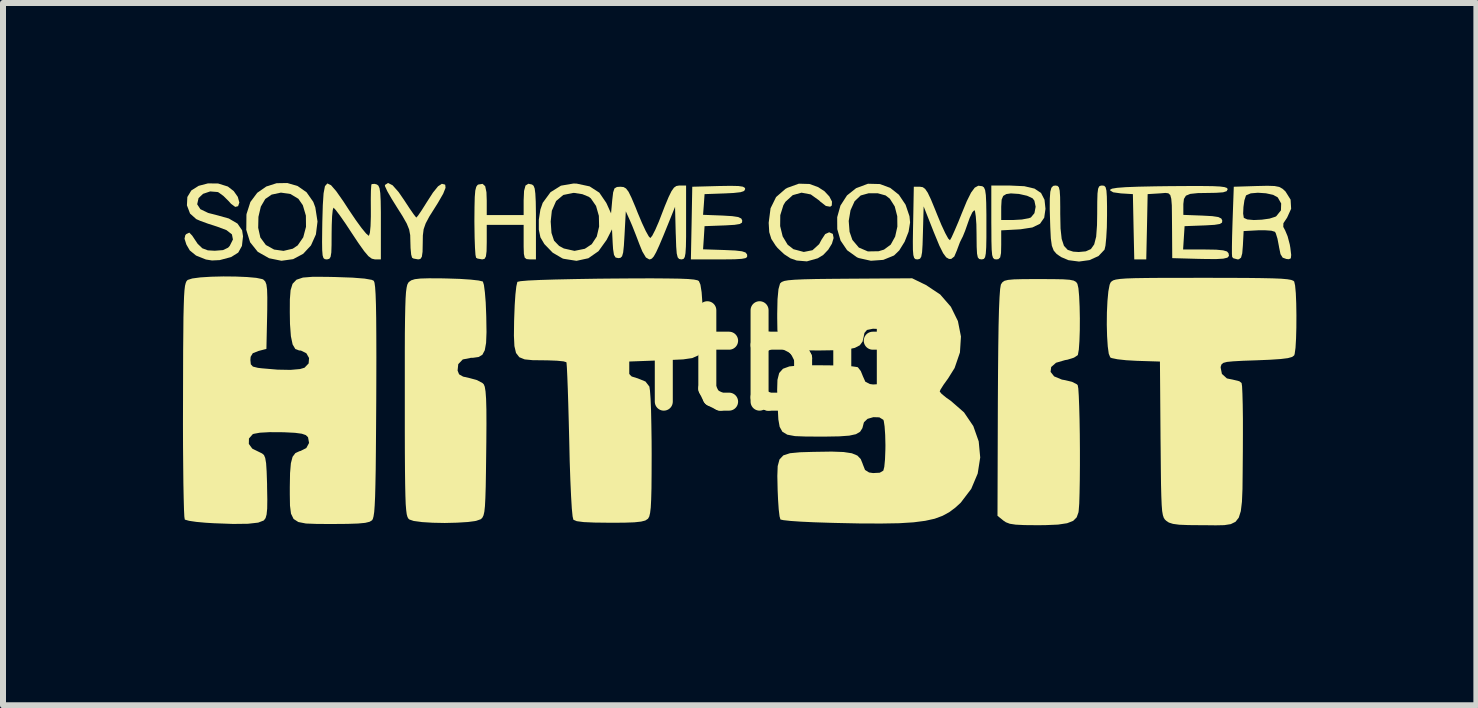
<source format=kicad_pcb>
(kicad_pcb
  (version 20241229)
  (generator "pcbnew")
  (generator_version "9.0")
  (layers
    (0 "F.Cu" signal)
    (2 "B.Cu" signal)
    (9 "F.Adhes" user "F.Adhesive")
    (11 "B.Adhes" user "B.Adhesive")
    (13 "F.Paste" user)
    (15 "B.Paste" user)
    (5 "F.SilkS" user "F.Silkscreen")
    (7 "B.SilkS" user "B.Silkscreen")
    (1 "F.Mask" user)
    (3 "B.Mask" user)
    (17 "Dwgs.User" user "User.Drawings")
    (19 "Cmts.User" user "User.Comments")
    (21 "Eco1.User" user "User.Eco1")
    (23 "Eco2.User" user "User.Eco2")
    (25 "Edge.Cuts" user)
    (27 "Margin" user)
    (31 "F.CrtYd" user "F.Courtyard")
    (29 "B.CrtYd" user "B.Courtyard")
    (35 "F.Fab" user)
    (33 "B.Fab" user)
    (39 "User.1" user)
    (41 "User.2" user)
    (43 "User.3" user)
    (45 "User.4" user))
  (footprint "hitbit"
    (layer "F.Cu")
    (at 9.249 2.956)
    (property "Reference" "hitbit" (at 0 0 0) (layer "F.SilkS") (effects (font (size 1.524 1.524) (thickness 0.3))))
    (attr board_only exclude_from_pos_files exclude_from_bom)
    (fp_poly (pts (xy 0.011 -2.905) (xy 0.085 -2.894) (xy 0.118 -2.874) (xy 0.123 -2.855) (xy 0.106 -2.823) (xy 0.045 -2.802) (xy -0.072 -2.789) (xy -0.215 -2.782) (xy -0.554 -2.77) (xy -0.566 -2.597) (xy -0.579 -2.425) (xy -0.259 -2.413) (xy -0.093 -2.403) (xy 0.007 -2.388) (xy 0.058 -2.363) (xy 0.074 -2.33) (xy 0.07 -2.295) (xy 0.033 -2.272) (xy -0.054 -2.258) (xy -0.206 -2.249) (xy -0.233 -2.248) (xy -0.554 -2.236) (xy -0.566 -2.043) (xy -0.579 -1.85) (xy -0.218 -1.838) (xy -0.041 -1.83) (xy 0.069 -1.817) (xy 0.129 -1.797) (xy 0.154 -1.765) (xy 0.156 -1.754) (xy 0.155 -1.723) (xy 0.129 -1.703) (xy 0.065 -1.691) (xy -0.051 -1.684) (xy -0.231 -1.682) (xy -0.306 -1.682) (xy -0.782 -1.682) (xy -0.77 -2.288) (xy -0.759 -2.893) (xy -0.318 -2.905) (xy -0.119 -2.908)) (stroke (width 0) (type solid)) (fill yes) (layer "F.SilkS"))
    (fp_poly (pts (xy -7.338 -2.905) (xy -7.189 -2.801) (xy -7.077 -2.641) (xy -7.043 -2.55) (xy -7.006 -2.313) (xy -7.033 -2.098) (xy -7.115 -1.915) (xy -7.245 -1.775) (xy -7.412 -1.686) (xy -7.607 -1.659) (xy -7.813 -1.701) (xy -8.002 -1.808) (xy -8.13 -1.968) (xy -8.194 -2.175) (xy -8.193 -2.208) (xy -7.995 -2.208) (xy -7.959 -2.047) (xy -7.867 -1.922) (xy -7.73 -1.846) (xy -7.573 -1.824) (xy -7.419 -1.86) (xy -7.337 -1.915) (xy -7.244 -2.05) (xy -7.198 -2.225) (xy -7.2 -2.412) (xy -7.251 -2.585) (xy -7.325 -2.692) (xy -7.457 -2.772) (xy -7.616 -2.795) (xy -7.771 -2.762) (xy -7.877 -2.689) (xy -7.951 -2.562) (xy -7.991 -2.391) (xy -7.995 -2.208) (xy -8.193 -2.208) (xy -8.191 -2.424) (xy -8.189 -2.439) (xy -8.125 -2.639) (xy -8.011 -2.792) (xy -7.86 -2.897) (xy -7.688 -2.952) (xy -7.509 -2.955)) (stroke (width 0) (type solid)) (fill yes) (layer "F.SilkS"))
    (fp_poly (pts (xy -5.754 -2.917) (xy -5.654 -2.804) (xy -5.56 -2.667) (xy -5.474 -2.536) (xy -5.405 -2.436) (xy -5.364 -2.384) (xy -5.358 -2.38) (xy -5.33 -2.412) (xy -5.272 -2.497) (xy -5.197 -2.616) (xy -5.194 -2.621) (xy -5.082 -2.795) (xy -4.997 -2.9) (xy -4.933 -2.942) (xy -4.882 -2.929) (xy -4.877 -2.924) (xy -4.872 -2.875) (xy -4.911 -2.777) (xy -4.999 -2.624) (xy -5.043 -2.554) (xy -5.142 -2.397) (xy -5.203 -2.282) (xy -5.237 -2.185) (xy -5.25 -2.081) (xy -5.252 -1.955) (xy -5.255 -1.808) (xy -5.267 -1.725) (xy -5.292 -1.689) (xy -5.328 -1.682) (xy -5.406 -1.696) (xy -5.43 -1.71) (xy -5.445 -1.763) (xy -5.455 -1.871) (xy -5.458 -1.971) (xy -5.461 -2.086) (xy -5.479 -2.182) (xy -5.519 -2.28) (xy -5.59 -2.405) (xy -5.68 -2.547) (xy -5.772 -2.695) (xy -5.842 -2.817) (xy -5.88 -2.899) (xy -5.883 -2.922) (xy -5.83 -2.956)) (stroke (width 0) (type solid)) (fill yes) (layer "F.SilkS"))
    (fp_poly (pts (xy -3.43 -2.93) (xy -3.404 -2.909) (xy -3.386 -2.863) (xy -3.375 -2.778) (xy -3.368 -2.642) (xy -3.365 -2.444) (xy -3.365 -2.294) (xy -3.365 -1.682) (xy -3.467 -1.682) (xy -3.521 -1.687) (xy -3.552 -1.711) (xy -3.566 -1.774) (xy -3.57 -1.893) (xy -3.57 -1.97) (xy -3.57 -2.257) (xy -4.185 -2.257) (xy -4.185 -1.97) (xy -4.188 -1.818) (xy -4.199 -1.731) (xy -4.222 -1.691) (xy -4.261 -1.682) (xy -4.339 -1.696) (xy -4.363 -1.71) (xy -4.373 -1.759) (xy -4.381 -1.874) (xy -4.387 -2.04) (xy -4.39 -2.242) (xy -4.391 -2.321) (xy -4.389 -2.556) (xy -4.385 -2.721) (xy -4.376 -2.829) (xy -4.36 -2.892) (xy -4.338 -2.923) (xy -4.325 -2.93) (xy -4.254 -2.941) (xy -4.211 -2.902) (xy -4.19 -2.802) (xy -4.185 -2.665) (xy -4.185 -2.421) (xy -3.57 -2.421) (xy -3.57 -2.665) (xy -3.563 -2.824) (xy -3.539 -2.913) (xy -3.491 -2.943)) (stroke (width 0) (type solid)) (fill yes) (layer "F.SilkS"))
    (fp_poly (pts (xy 2.369 -2.938) (xy 2.541 -2.874) (xy 2.685 -2.76) (xy 2.797 -2.593) (xy 2.862 -2.401) (xy 2.872 -2.298) (xy 2.847 -2.143) (xy 2.781 -1.976) (xy 2.691 -1.831) (xy 2.604 -1.747) (xy 2.425 -1.674) (xy 2.219 -1.659) (xy 2.017 -1.704) (xy 1.986 -1.717) (xy 1.822 -1.835) (xy 1.713 -1.996) (xy 1.658 -2.186) (xy 1.657 -2.323) (xy 1.849 -2.323) (xy 1.863 -2.142) (xy 1.91 -2.007) (xy 2.018 -1.879) (xy 2.168 -1.815) (xy 2.347 -1.818) (xy 2.437 -1.845) (xy 2.549 -1.928) (xy 2.623 -2.062) (xy 2.66 -2.228) (xy 2.658 -2.402) (xy 2.616 -2.565) (xy 2.534 -2.694) (xy 2.464 -2.748) (xy 2.334 -2.784) (xy 2.18 -2.784) (xy 2.05 -2.748) (xy 2.049 -2.748) (xy 1.947 -2.651) (xy 1.879 -2.501) (xy 1.849 -2.323) (xy 1.657 -2.323) (xy 1.657 -2.386) (xy 1.711 -2.579) (xy 1.82 -2.748) (xy 1.972 -2.869) (xy 2.17 -2.943)) (stroke (width 0) (type solid)) (fill yes) (layer "F.SilkS"))
    (fp_poly (pts (xy 4.776 -2.902) (xy 4.946 -2.862) (xy 5.055 -2.789) (xy 5.113 -2.676) (xy 5.129 -2.525) (xy 5.108 -2.377) (xy 5.038 -2.276) (xy 4.91 -2.214) (xy 4.714 -2.184) (xy 4.683 -2.182) (xy 4.391 -2.166) (xy 4.391 -1.924) (xy 4.388 -1.788) (xy 4.374 -1.715) (xy 4.343 -1.686) (xy 4.309 -1.682) (xy 4.277 -1.686) (xy 4.255 -1.707) (xy 4.24 -1.755) (xy 4.232 -1.844) (xy 4.228 -1.986) (xy 4.227 -2.193) (xy 4.226 -2.298) (xy 4.226 -2.339) (xy 4.391 -2.339) (xy 4.598 -2.339) (xy 4.736 -2.347) (xy 4.85 -2.368) (xy 4.886 -2.381) (xy 4.945 -2.453) (xy 4.965 -2.56) (xy 4.944 -2.661) (xy 4.914 -2.7) (xy 4.821 -2.743) (xy 4.687 -2.773) (xy 4.552 -2.782) (xy 4.476 -2.771) (xy 4.424 -2.74) (xy 4.398 -2.677) (xy 4.391 -2.559) (xy 4.391 -2.541) (xy 4.391 -2.339) (xy 4.226 -2.339) (xy 4.226 -2.913) (xy 4.536 -2.913)) (stroke (width 0) (type solid)) (fill yes) (layer "F.SilkS"))
    (fp_poly (pts (xy 1.195 -2.939) (xy 1.339 -2.887) (xy 1.445 -2.818) (xy 1.526 -2.731) (xy 1.57 -2.646) (xy 1.567 -2.58) (xy 1.54 -2.56) (xy 1.468 -2.573) (xy 1.372 -2.648) (xy 1.358 -2.663) (xy 1.216 -2.765) (xy 1.062 -2.794) (xy 0.916 -2.753) (xy 0.794 -2.642) (xy 0.76 -2.586) (xy 0.708 -2.419) (xy 0.706 -2.237) (xy 0.748 -2.065) (xy 0.831 -1.927) (xy 0.927 -1.852) (xy 1.1 -1.806) (xy 1.245 -1.835) (xy 1.356 -1.936) (xy 1.395 -2.009) (xy 1.457 -2.104) (xy 1.523 -2.134) (xy 1.584 -2.107) (xy 1.597 -2.038) (xy 1.569 -1.944) (xy 1.508 -1.844) (xy 1.423 -1.755) (xy 1.332 -1.7) (xy 1.151 -1.649) (xy 0.982 -1.663) (xy 0.877 -1.7) (xy 0.772 -1.769) (xy 0.663 -1.872) (xy 0.632 -1.91) (xy 0.559 -2.023) (xy 0.524 -2.136) (xy 0.515 -2.288) (xy 0.515 -2.294) (xy 0.546 -2.534) (xy 0.638 -2.721) (xy 0.794 -2.857) (xy 0.829 -2.876) (xy 1.018 -2.944)) (stroke (width 0) (type solid)) (fill yes) (layer "F.SilkS"))
    (fp_poly (pts (xy 6.108 -2.909) (xy 6.131 -2.885) (xy 6.145 -2.829) (xy 6.152 -2.728) (xy 6.155 -2.567) (xy 6.155 -2.418) (xy 6.152 -2.218) (xy 6.142 -2.043) (xy 6.129 -1.911) (xy 6.113 -1.844) (xy 6.013 -1.738) (xy 5.863 -1.67) (xy 5.688 -1.646) (xy 5.511 -1.669) (xy 5.389 -1.721) (xy 5.315 -1.772) (xy 5.266 -1.829) (xy 5.235 -1.91) (xy 5.218 -2.032) (xy 5.209 -2.214) (xy 5.207 -2.277) (xy 5.2 -2.521) (xy 5.201 -2.694) (xy 5.209 -2.809) (xy 5.227 -2.875) (xy 5.257 -2.907) (xy 5.293 -2.913) (xy 5.329 -2.908) (xy 5.352 -2.884) (xy 5.366 -2.827) (xy 5.373 -2.722) (xy 5.375 -2.557) (xy 5.375 -2.442) (xy 5.38 -2.197) (xy 5.399 -2.023) (xy 5.437 -1.908) (xy 5.499 -1.841) (xy 5.591 -1.811) (xy 5.683 -1.805) (xy 5.801 -1.816) (xy 5.886 -1.854) (xy 5.941 -1.932) (xy 5.974 -2.061) (xy 5.988 -2.252) (xy 5.991 -2.442) (xy 5.992 -2.644) (xy 5.996 -2.779) (xy 6.006 -2.859) (xy 6.024 -2.899) (xy 6.053 -2.912) (xy 6.073 -2.913)) (stroke (width 0) (type solid)) (fill yes) (layer "F.SilkS"))
    (fp_poly (pts (xy -6.781 -2.919) (xy -6.695 -2.82) (xy -6.577 -2.652) (xy -6.482 -2.506) (xy -6.37 -2.34) (xy -6.272 -2.205) (xy -6.196 -2.113) (xy -6.153 -2.076) (xy -6.149 -2.076) (xy -6.133 -2.125) (xy -6.122 -2.237) (xy -6.117 -2.393) (xy -6.117 -2.508) (xy -6.118 -2.683) (xy -6.116 -2.825) (xy -6.11 -2.915) (xy -6.104 -2.937) (xy -6.055 -2.941) (xy -6.017 -2.931) (xy -5.991 -2.911) (xy -5.972 -2.867) (xy -5.96 -2.787) (xy -5.953 -2.658) (xy -5.95 -2.468) (xy -5.95 -2.294) (xy -5.95 -1.682) (xy -6.05 -1.682) (xy -6.101 -1.694) (xy -6.158 -1.736) (xy -6.229 -1.82) (xy -6.325 -1.955) (xy -6.43 -2.113) (xy -6.538 -2.277) (xy -6.632 -2.412) (xy -6.702 -2.505) (xy -6.738 -2.543) (xy -6.74 -2.544) (xy -6.752 -2.506) (xy -6.763 -2.403) (xy -6.769 -2.251) (xy -6.771 -2.113) (xy -6.772 -1.921) (xy -6.776 -1.797) (xy -6.788 -1.725) (xy -6.809 -1.692) (xy -6.842 -1.683) (xy -6.854 -1.682) (xy -6.885 -1.686) (xy -6.907 -1.704) (xy -6.921 -1.75) (xy -6.928 -1.835) (xy -6.93 -1.972) (xy -6.928 -2.171) (xy -6.926 -2.308) (xy -6.918 -2.585) (xy -6.905 -2.783) (xy -6.882 -2.903) (xy -6.842 -2.948)) (stroke (width 0) (type solid)) (fill yes) (layer "F.SilkS"))
    (fp_poly (pts (xy -8.662 -2.947) (xy -8.502 -2.897) (xy -8.5 -2.896) (xy -8.403 -2.821) (xy -8.335 -2.724) (xy -8.309 -2.63) (xy -8.33 -2.569) (xy -8.378 -2.557) (xy -8.448 -2.609) (xy -8.486 -2.652) (xy -8.575 -2.74) (xy -8.656 -2.799) (xy -8.672 -2.805) (xy -8.795 -2.815) (xy -8.914 -2.775) (xy -8.989 -2.704) (xy -9.012 -2.601) (xy -8.959 -2.519) (xy -8.828 -2.456) (xy -8.705 -2.425) (xy -8.485 -2.364) (xy -8.34 -2.279) (xy -8.263 -2.167) (xy -8.248 -2.067) (xy -8.266 -1.906) (xy -8.328 -1.795) (xy -8.446 -1.721) (xy -8.633 -1.671) (xy -8.638 -1.67) (xy -8.765 -1.664) (xy -8.866 -1.68) (xy -9.031 -1.746) (xy -9.135 -1.831) (xy -9.192 -1.929) (xy -9.223 -2.027) (xy -9.21 -2.086) (xy -9.193 -2.105) (xy -9.143 -2.128) (xy -9.096 -2.079) (xy -9.095 -2.078) (xy -9.005 -1.943) (xy -8.926 -1.867) (xy -8.835 -1.833) (xy -8.72 -1.826) (xy -8.581 -1.837) (xy -8.497 -1.877) (xy -8.469 -1.908) (xy -8.416 -2.014) (xy -8.433 -2.099) (xy -8.524 -2.17) (xy -8.679 -2.228) (xy -8.828 -2.276) (xy -8.96 -2.324) (xy -9.027 -2.353) (xy -9.131 -2.446) (xy -9.183 -2.583) (xy -9.176 -2.722) (xy -9.11 -2.831) (xy -8.988 -2.908) (xy -8.832 -2.949)) (stroke (width 0) (type solid)) (fill yes) (layer "F.SilkS"))
    (fp_poly (pts (xy 5.26 -1.353) (xy 5.424 -1.35) (xy 5.533 -1.342) (xy 5.6 -1.328) (xy 5.639 -1.306) (xy 5.661 -1.275) (xy 5.678 -1.202) (xy 5.69 -1.069) (xy 5.698 -0.895) (xy 5.702 -0.699) (xy 5.701 -0.502) (xy 5.695 -0.322) (xy 5.685 -0.18) (xy 5.67 -0.095) (xy 5.666 -0.085) (xy 5.604 -0.044) (xy 5.496 -0.01) (xy 5.455 -0.003) (xy 5.305 0.041) (xy 5.224 0.112) (xy 5.214 0.193) (xy 5.273 0.268) (xy 5.403 0.322) (xy 5.455 0.331) (xy 5.572 0.359) (xy 5.652 0.4) (xy 5.666 0.414) (xy 5.676 0.469) (xy 5.684 0.593) (xy 5.691 0.771) (xy 5.697 0.99) (xy 5.701 1.236) (xy 5.703 1.495) (xy 5.703 1.754) (xy 5.701 1.997) (xy 5.697 2.213) (xy 5.692 2.386) (xy 5.683 2.503) (xy 5.679 2.534) (xy 5.649 2.618) (xy 5.59 2.677) (xy 5.49 2.716) (xy 5.338 2.739) (xy 5.122 2.748) (xy 4.988 2.749) (xy 4.778 2.747) (xy 4.633 2.74) (xy 4.535 2.725) (xy 4.469 2.7) (xy 4.426 2.671) (xy 4.329 2.592) (xy 4.335 0.706) (xy 4.338 0.201) (xy 4.342 -0.224) (xy 4.347 -0.572) (xy 4.354 -0.848) (xy 4.363 -1.052) (xy 4.373 -1.188) (xy 4.385 -1.26) (xy 4.388 -1.267) (xy 4.411 -1.301) (xy 4.445 -1.325) (xy 4.505 -1.34) (xy 4.604 -1.349) (xy 4.755 -1.353) (xy 4.972 -1.354) (xy 5.027 -1.354)) (stroke (width 0) (type solid)) (fill yes) (layer "F.SilkS"))
    (fp_poly (pts (xy 8.948 -2.905) (xy 9.025 -2.89) (xy 9.081 -2.859) (xy 9.13 -2.814) (xy 9.215 -2.678) (xy 9.224 -2.526) (xy 9.156 -2.376) (xy 9.149 -2.366) (xy 9.095 -2.285) (xy 9.093 -2.224) (xy 9.124 -2.166) (xy 9.165 -2.068) (xy 9.201 -1.932) (xy 9.211 -1.874) (xy 9.225 -1.756) (xy 9.219 -1.7) (xy 9.186 -1.685) (xy 9.144 -1.689) (xy 9.083 -1.711) (xy 9.047 -1.769) (xy 9.023 -1.884) (xy 9.02 -1.903) (xy 8.996 -2.028) (xy 8.968 -2.118) (xy 8.954 -2.142) (xy 8.895 -2.16) (xy 8.782 -2.168) (xy 8.674 -2.167) (xy 8.432 -2.154) (xy 8.42 -1.918) (xy 8.409 -1.783) (xy 8.389 -1.711) (xy 8.353 -1.684) (xy 8.331 -1.682) (xy 8.26 -1.701) (xy 8.241 -1.723) (xy 8.237 -1.776) (xy 8.237 -1.896) (xy 8.24 -2.065) (xy 8.246 -2.268) (xy 8.248 -2.328) (xy 8.252 -2.445) (xy 8.424 -2.445) (xy 8.435 -2.375) (xy 8.436 -2.374) (xy 8.493 -2.348) (xy 8.602 -2.338) (xy 8.735 -2.344) (xy 8.864 -2.362) (xy 8.961 -2.393) (xy 8.977 -2.403) (xy 9.054 -2.499) (xy 9.058 -2.614) (xy 9.001 -2.715) (xy 8.924 -2.758) (xy 8.804 -2.784) (xy 8.67 -2.793) (xy 8.551 -2.783) (xy 8.476 -2.751) (xy 8.47 -2.743) (xy 8.445 -2.667) (xy 8.429 -2.555) (xy 8.424 -2.445) (xy 8.252 -2.445) (xy 8.268 -2.893) (xy 8.648 -2.905) (xy 8.829 -2.909)) (stroke (width 0) (type solid)) (fill yes) (layer "F.SilkS"))
    (fp_poly (pts (xy 7.918 -2.903) (xy 8.038 -2.897) (xy 8.113 -2.887) (xy 8.153 -2.873) (xy 8.166 -2.855) (xy 8.166 -2.851) (xy 8.149 -2.819) (xy 8.089 -2.8) (xy 7.971 -2.792) (xy 7.861 -2.79) (xy 7.668 -2.787) (xy 7.543 -2.774) (xy 7.47 -2.744) (xy 7.437 -2.69) (xy 7.427 -2.605) (xy 7.427 -2.582) (xy 7.427 -2.424) (xy 7.745 -2.412) (xy 7.91 -2.403) (xy 8.01 -2.388) (xy 8.06 -2.363) (xy 8.076 -2.33) (xy 8.072 -2.295) (xy 8.034 -2.272) (xy 7.947 -2.258) (xy 7.795 -2.249) (xy 7.768 -2.248) (xy 7.448 -2.236) (xy 7.423 -1.847) (xy 7.79 -1.847) (xy 7.974 -1.844) (xy 8.09 -1.833) (xy 8.155 -1.814) (xy 8.181 -1.783) (xy 8.188 -1.74) (xy 8.162 -1.711) (xy 8.092 -1.694) (xy 7.967 -1.687) (xy 7.777 -1.689) (xy 7.671 -1.691) (xy 7.242 -1.703) (xy 7.239 -2.175) (xy 7.237 -2.413) (xy 7.235 -2.582) (xy 7.226 -2.692) (xy 7.209 -2.755) (xy 7.177 -2.784) (xy 7.128 -2.79) (xy 7.056 -2.784) (xy 7.027 -2.782) (xy 6.832 -2.77) (xy 6.821 -2.226) (xy 6.809 -1.682) (xy 6.609 -1.682) (xy 6.597 -2.226) (xy 6.586 -2.77) (xy 6.388 -2.782) (xy 6.258 -2.8) (xy 6.207 -2.831) (xy 6.207 -2.844) (xy 6.238 -2.861) (xy 6.323 -2.875) (xy 6.467 -2.886) (xy 6.678 -2.894) (xy 6.96 -2.9) (xy 7.195 -2.903) (xy 7.505 -2.905) (xy 7.743 -2.905)) (stroke (width 0) (type solid)) (fill yes) (layer "F.SilkS"))
    (fp_poly (pts (xy 4.074 -2.902) (xy 4.077 -2.901) (xy 4.104 -2.881) (xy 4.123 -2.836) (xy 4.135 -2.754) (xy 4.141 -2.623) (xy 4.144 -2.429) (xy 4.144 -2.279) (xy 4.144 -2.046) (xy 4.141 -1.884) (xy 4.134 -1.779) (xy 4.122 -1.718) (xy 4.102 -1.69) (xy 4.073 -1.683) (xy 4.062 -1.682) (xy 4.025 -1.688) (xy 4.001 -1.715) (xy 3.988 -1.778) (xy 3.982 -1.891) (xy 3.98 -2.071) (xy 3.98 -2.093) (xy 3.977 -2.265) (xy 3.967 -2.402) (xy 3.954 -2.485) (xy 3.943 -2.503) (xy 3.91 -2.467) (xy 3.866 -2.375) (xy 3.835 -2.288) (xy 3.79 -2.16) (xy 3.751 -2.064) (xy 3.734 -2.031) (xy 3.703 -1.968) (xy 3.663 -1.862) (xy 3.653 -1.834) (xy 3.609 -1.73) (xy 3.558 -1.69) (xy 3.52 -1.69) (xy 3.474 -1.716) (xy 3.423 -1.785) (xy 3.361 -1.909) (xy 3.282 -2.1) (xy 3.268 -2.134) (xy 3.098 -2.565) (xy 3.086 -2.124) (xy 3.08 -1.928) (xy 3.072 -1.801) (xy 3.058 -1.727) (xy 3.037 -1.693) (xy 3.004 -1.683) (xy 2.993 -1.682) (xy 2.961 -1.686) (xy 2.94 -1.706) (xy 2.926 -1.754) (xy 2.919 -1.842) (xy 2.918 -1.983) (xy 2.921 -2.189) (xy 2.923 -2.288) (xy 2.934 -2.893) (xy 3.037 -2.893) (xy 3.083 -2.886) (xy 3.123 -2.857) (xy 3.166 -2.794) (xy 3.219 -2.683) (xy 3.289 -2.513) (xy 3.322 -2.431) (xy 3.394 -2.257) (xy 3.459 -2.118) (xy 3.508 -2.029) (xy 3.536 -2.002) (xy 3.537 -2.002) (xy 3.565 -2.052) (xy 3.614 -2.161) (xy 3.678 -2.311) (xy 3.731 -2.443) (xy 3.818 -2.654) (xy 3.889 -2.796) (xy 3.95 -2.878) (xy 4.009 -2.91)) (stroke (width 0) (type solid)) (fill yes) (layer "F.SilkS"))
    (fp_poly (pts (xy -4.943 -1.366) (xy -4.852 -1.364) (xy -4.635 -1.357) (xy -4.453 -1.345) (xy -4.32 -1.33) (xy -4.253 -1.314) (xy -4.249 -1.311) (xy -4.232 -1.255) (xy -4.216 -1.133) (xy -4.202 -0.961) (xy -4.194 -0.755) (xy -4.193 -0.722) (xy -4.189 -0.47) (xy -4.196 -0.289) (xy -4.218 -0.167) (xy -4.258 -0.092) (xy -4.321 -0.055) (xy -4.412 -0.042) (xy -4.45 -0.041) (xy -4.585 -0.014) (xy -4.66 0.064) (xy -4.671 0.171) (xy -4.646 0.234) (xy -4.579 0.272) (xy -4.473 0.296) (xy -4.348 0.33) (xy -4.255 0.38) (xy -4.235 0.4) (xy -4.218 0.441) (xy -4.205 0.52) (xy -4.196 0.644) (xy -4.191 0.821) (xy -4.19 1.059) (xy -4.192 1.368) (xy -4.194 1.532) (xy -4.198 1.855) (xy -4.202 2.106) (xy -4.208 2.295) (xy -4.215 2.431) (xy -4.225 2.524) (xy -4.239 2.585) (xy -4.257 2.622) (xy -4.28 2.646) (xy -4.286 2.65) (xy -4.364 2.677) (xy -4.504 2.696) (xy -4.684 2.707) (xy -4.885 2.712) (xy -5.085 2.708) (xy -5.264 2.697) (xy -5.401 2.679) (xy -5.475 2.654) (xy -5.493 2.637) (xy -5.507 2.61) (xy -5.519 2.566) (xy -5.528 2.497) (xy -5.536 2.397) (xy -5.541 2.258) (xy -5.545 2.073) (xy -5.548 1.835) (xy -5.55 1.537) (xy -5.551 1.172) (xy -5.551 0.733) (xy -5.551 0.682) (xy -5.551 0.233) (xy -5.551 -0.141) (xy -5.55 -0.447) (xy -5.547 -0.693) (xy -5.543 -0.885) (xy -5.538 -1.03) (xy -5.531 -1.136) (xy -5.521 -1.21) (xy -5.51 -1.259) (xy -5.495 -1.29) (xy -5.483 -1.305) (xy -5.444 -1.333) (xy -5.384 -1.352) (xy -5.291 -1.363) (xy -5.148 -1.367)) (stroke (width 0) (type solid)) (fill yes) (layer "F.SilkS"))
    (fp_poly (pts (xy -1.175 -1.364) (xy -0.976 -1.361) (xy -0.83 -1.355) (xy -0.732 -1.346) (xy -0.673 -1.334) (xy -0.649 -1.321) (xy -0.623 -1.261) (xy -0.603 -1.135) (xy -0.589 -0.937) (xy -0.582 -0.726) (xy -0.576 -0.472) (xy -0.58 -0.287) (xy -0.604 -0.161) (xy -0.66 -0.081) (xy -0.759 -0.037) (xy -0.911 -0.015) (xy -1.127 -0.005) (xy -1.258 0) (xy -1.826 0.021) (xy -1.826 0.142) (xy -1.816 0.224) (xy -1.769 0.27) (xy -1.669 0.301) (xy -1.539 0.354) (xy -1.474 0.438) (xy -1.464 0.506) (xy -1.454 0.644) (xy -1.446 0.838) (xy -1.441 1.077) (xy -1.437 1.348) (xy -1.436 1.559) (xy -1.437 1.881) (xy -1.439 2.132) (xy -1.444 2.319) (xy -1.451 2.454) (xy -1.462 2.545) (xy -1.476 2.604) (xy -1.495 2.638) (xy -1.501 2.644) (xy -1.542 2.671) (xy -1.613 2.689) (xy -1.726 2.701) (xy -1.894 2.707) (xy -2.131 2.708) (xy -2.132 2.708) (xy -2.388 2.705) (xy -2.57 2.697) (xy -2.684 2.682) (xy -2.739 2.659) (xy -2.741 2.657) (xy -2.754 2.601) (xy -2.767 2.47) (xy -2.779 2.27) (xy -2.791 2.007) (xy -2.802 1.689) (xy -2.81 1.335) (xy -2.818 1.019) (xy -2.826 0.73) (xy -2.834 0.478) (xy -2.842 0.273) (xy -2.849 0.125) (xy -2.855 0.044) (xy -2.858 0.032) (xy -2.905 0.018) (xy -3.014 0.007) (xy -3.166 0.001) (xy -3.238 0) (xy -3.42 -0.002) (xy -3.553 -0.015) (xy -3.642 -0.051) (xy -3.697 -0.122) (xy -3.724 -0.237) (xy -3.732 -0.41) (xy -3.729 -0.651) (xy -3.727 -0.713) (xy -3.719 -0.92) (xy -3.707 -1.098) (xy -3.692 -1.231) (xy -3.676 -1.302) (xy -3.673 -1.308) (xy -3.621 -1.319) (xy -3.494 -1.33) (xy -3.298 -1.339) (xy -3.039 -1.347) (xy -2.723 -1.354) (xy -2.357 -1.36) (xy -2.167 -1.362) (xy -1.764 -1.365) (xy -1.435 -1.366)) (stroke (width 0) (type solid)) (fill yes) (layer "F.SilkS"))
    (fp_poly (pts (xy 8.148 -1.374) (xy 8.468 -1.373) (xy 8.722 -1.37) (xy 8.916 -1.366) (xy 9.06 -1.36) (xy 9.16 -1.351) (xy 9.224 -1.34) (xy 9.26 -1.326) (xy 9.275 -1.313) (xy 9.29 -1.247) (xy 9.302 -1.118) (xy 9.309 -0.946) (xy 9.312 -0.75) (xy 9.311 -0.548) (xy 9.306 -0.361) (xy 9.297 -0.208) (xy 9.283 -0.107) (xy 9.275 -0.082) (xy 9.241 -0.056) (xy 9.17 -0.036) (xy 9.049 -0.021) (xy 8.869 -0.009) (xy 8.65 0) (xy 8.42 0.008) (xy 8.259 0.017) (xy 8.155 0.027) (xy 8.094 0.043) (xy 8.065 0.066) (xy 8.052 0.099) (xy 8.049 0.121) (xy 8.07 0.227) (xy 8.153 0.302) (xy 8.274 0.328) (xy 8.36 0.349) (xy 8.398 0.379) (xy 8.406 0.433) (xy 8.412 0.557) (xy 8.417 0.74) (xy 8.42 0.972) (xy 8.42 1.24) (xy 8.419 1.518) (xy 8.416 1.869) (xy 8.413 2.146) (xy 8.404 2.358) (xy 8.385 2.515) (xy 8.351 2.623) (xy 8.297 2.692) (xy 8.218 2.731) (xy 8.11 2.748) (xy 7.968 2.751) (xy 7.787 2.749) (xy 7.735 2.749) (xy 7.513 2.747) (xy 7.359 2.741) (xy 7.255 2.727) (xy 7.186 2.705) (xy 7.144 2.677) (xy 7.12 2.655) (xy 7.101 2.626) (xy 7.086 2.581) (xy 7.074 2.513) (xy 7.066 2.41) (xy 7.06 2.266) (xy 7.055 2.07) (xy 7.052 1.814) (xy 7.049 1.49) (xy 7.047 1.313) (xy 7.037 0.021) (xy 6.65 0.009) (xy 6.475 -0.001) (xy 6.329 -0.017) (xy 6.232 -0.037) (xy 6.209 -0.048) (xy 6.184 -0.109) (xy 6.167 -0.232) (xy 6.156 -0.401) (xy 6.151 -0.595) (xy 6.153 -0.797) (xy 6.162 -0.987) (xy 6.177 -1.148) (xy 6.198 -1.259) (xy 6.213 -1.295) (xy 6.232 -1.316) (xy 6.259 -1.333) (xy 6.303 -1.346) (xy 6.372 -1.356) (xy 6.475 -1.364) (xy 6.619 -1.369) (xy 6.813 -1.372) (xy 7.064 -1.374) (xy 7.382 -1.374) (xy 7.754 -1.375)) (stroke (width 0) (type solid)) (fill yes) (layer "F.SilkS"))
    (fp_poly (pts (xy -2.685 -2.945) (xy -2.47 -2.899) (xy -2.309 -2.795) (xy -2.194 -2.627) (xy -2.185 -2.609) (xy -2.113 -2.449) (xy -2.093 -2.671) (xy -2.078 -2.799) (xy -2.056 -2.865) (xy -2.015 -2.889) (xy -1.957 -2.893) (xy -1.905 -2.888) (xy -1.863 -2.864) (xy -1.821 -2.809) (xy -1.772 -2.709) (xy -1.705 -2.551) (xy -1.67 -2.462) (xy -1.598 -2.291) (xy -1.534 -2.154) (xy -1.484 -2.065) (xy -1.458 -2.038) (xy -1.426 -2.077) (xy -1.376 -2.174) (xy -1.317 -2.31) (xy -1.303 -2.346) (xy -1.218 -2.566) (xy -1.154 -2.72) (xy -1.105 -2.82) (xy -1.064 -2.878) (xy -1.025 -2.905) (xy -0.98 -2.913) (xy -0.965 -2.913) (xy -0.862 -2.913) (xy -0.862 -2.298) (xy -0.862 -2.061) (xy -0.865 -1.895) (xy -0.872 -1.785) (xy -0.884 -1.722) (xy -0.902 -1.692) (xy -0.93 -1.683) (xy -0.942 -1.682) (xy -0.978 -1.689) (xy -1.002 -1.716) (xy -1.018 -1.781) (xy -1.027 -1.895) (xy -1.033 -2.075) (xy -1.035 -2.12) (xy -1.046 -2.558) (xy -1.144 -2.315) (xy -1.239 -2.081) (xy -1.31 -1.913) (xy -1.362 -1.8) (xy -1.401 -1.731) (xy -1.432 -1.696) (xy -1.462 -1.683) (xy -1.477 -1.682) (xy -1.532 -1.714) (xy -1.591 -1.813) (xy -1.639 -1.931) (xy -1.7 -2.091) (xy -1.761 -2.245) (xy -1.798 -2.331) (xy -1.867 -2.483) (xy -1.888 -2.093) (xy -1.899 -1.911) (xy -1.911 -1.797) (xy -1.929 -1.734) (xy -1.956 -1.708) (xy -1.99 -1.703) (xy -2.037 -1.713) (xy -2.064 -1.757) (xy -2.079 -1.853) (xy -2.085 -1.943) (xy -2.097 -2.183) (xy -2.187 -2.007) (xy -2.322 -1.819) (xy -2.491 -1.701) (xy -2.689 -1.658) (xy -2.904 -1.692) (xy -2.924 -1.699) (xy -3.086 -1.794) (xy -3.225 -1.938) (xy -3.29 -2.049) (xy -3.317 -2.177) (xy -3.317 -2.313) (xy -3.119 -2.313) (xy -3.106 -2.123) (xy -3.063 -1.994) (xy -2.979 -1.907) (xy -2.9 -1.864) (xy -2.722 -1.824) (xy -2.55 -1.859) (xy -2.435 -1.935) (xy -2.351 -2.063) (xy -2.312 -2.229) (xy -2.316 -2.408) (xy -2.363 -2.573) (xy -2.45 -2.699) (xy -2.483 -2.725) (xy -2.591 -2.769) (xy -2.725 -2.79) (xy -2.744 -2.79) (xy -2.909 -2.756) (xy -3.029 -2.655) (xy -3.1 -2.493) (xy -3.119 -2.313) (xy -3.317 -2.313) (xy -3.317 -2.344) (xy -3.291 -2.512) (xy -3.252 -2.625) (xy -3.122 -2.802) (xy -2.948 -2.911) (xy -2.738 -2.947)) (stroke (width 0) (type solid)) (fill yes) (layer "F.SilkS"))
    (fp_poly (pts (xy -8.37 -1.396) (xy -8.18 -1.388) (xy -8.025 -1.374) (xy -7.925 -1.353) (xy -7.906 -1.343) (xy -7.877 -1.313) (xy -7.858 -1.263) (xy -7.847 -1.179) (xy -7.843 -1.047) (xy -7.844 -0.854) (xy -7.846 -0.741) (xy -7.858 -0.19) (xy -7.991 -0.155) (xy -8.085 -0.118) (xy -8.121 -0.058) (xy -8.125 -0.004) (xy -8.118 0.067) (xy -8.083 0.105) (xy -7.999 0.126) (xy -7.93 0.134) (xy -7.672 0.156) (xy -7.457 0.16) (xy -7.298 0.146) (xy -7.223 0.124) (xy -7.154 0.052) (xy -7.147 -0.038) (xy -7.192 -0.117) (xy -7.282 -0.162) (xy -7.313 -0.164) (xy -7.376 -0.188) (xy -7.421 -0.264) (xy -7.45 -0.401) (xy -7.465 -0.605) (xy -7.468 -0.803) (xy -7.467 -1.014) (xy -7.455 -1.169) (xy -7.422 -1.275) (xy -7.357 -1.343) (xy -7.249 -1.379) (xy -7.086 -1.392) (xy -6.858 -1.391) (xy -6.708 -1.388) (xy -6.424 -1.378) (xy -6.222 -1.362) (xy -6.102 -1.341) (xy -6.068 -1.325) (xy -6.056 -1.293) (xy -6.046 -1.22) (xy -6.038 -1.101) (xy -6.032 -0.93) (xy -6.028 -0.702) (xy -6.026 -0.411) (xy -6.025 -0.052) (xy -6.026 0.38) (xy -6.027 0.666) (xy -6.03 1.124) (xy -6.033 1.507) (xy -6.036 1.821) (xy -6.041 2.074) (xy -6.046 2.271) (xy -6.053 2.42) (xy -6.061 2.528) (xy -6.072 2.601) (xy -6.084 2.645) (xy -6.097 2.667) (xy -6.138 2.692) (xy -6.212 2.71) (xy -6.331 2.721) (xy -6.506 2.727) (xy -6.752 2.729) (xy -6.755 2.729) (xy -7.012 2.728) (xy -7.199 2.721) (xy -7.326 2.696) (xy -7.405 2.645) (xy -7.448 2.557) (xy -7.465 2.423) (xy -7.468 2.233) (xy -7.468 2.113) (xy -7.464 1.88) (xy -7.45 1.716) (xy -7.422 1.609) (xy -7.375 1.547) (xy -7.308 1.516) (xy -7.288 1.511) (xy -7.193 1.463) (xy -7.147 1.378) (xy -7.164 1.284) (xy -7.165 1.282) (xy -7.201 1.247) (xy -7.268 1.224) (xy -7.381 1.209) (xy -7.556 1.2) (xy -7.606 1.199) (xy -7.806 1.198) (xy -7.967 1.207) (xy -8.07 1.226) (xy -8.086 1.232) (xy -8.149 1.304) (xy -8.151 1.394) (xy -8.094 1.472) (xy -8.073 1.483) (xy -7.971 1.533) (xy -7.93 1.553) (xy -7.899 1.579) (xy -7.878 1.628) (xy -7.863 1.716) (xy -7.854 1.856) (xy -7.847 2.063) (xy -7.847 2.101) (xy -7.843 2.32) (xy -7.845 2.472) (xy -7.855 2.571) (xy -7.872 2.631) (xy -7.9 2.668) (xy -7.904 2.671) (xy -7.995 2.706) (xy -8.165 2.725) (xy -8.413 2.728) (xy -8.737 2.716) (xy -8.87 2.708) (xy -9.025 2.694) (xy -9.147 2.676) (xy -9.215 2.657) (xy -9.219 2.653) (xy -9.226 2.607) (xy -9.232 2.486) (xy -9.237 2.299) (xy -9.242 2.055) (xy -9.245 1.762) (xy -9.248 1.427) (xy -9.249 1.059) (xy -9.248 0.667) (xy -9.247 0.215) (xy -9.246 -0.162) (xy -9.243 -0.471) (xy -9.241 -0.718) (xy -9.236 -0.912) (xy -9.231 -1.059) (xy -9.224 -1.166) (xy -9.215 -1.241) (xy -9.203 -1.289) (xy -9.19 -1.319) (xy -9.173 -1.337) (xy -9.169 -1.34) (xy -9.094 -1.364) (xy -8.958 -1.382) (xy -8.779 -1.393) (xy -8.576 -1.398)) (stroke (width 0) (type solid)) (fill yes) (layer "F.SilkS"))
    (fp_poly (pts (xy 3.136 -1.255) (xy 3.374 -1.097) (xy 3.552 -0.892) (xy 3.669 -0.654) (xy 3.72 -0.396) (xy 3.703 -0.13) (xy 3.614 0.129) (xy 3.506 0.302) (xy 3.429 0.409) (xy 3.378 0.49) (xy 3.366 0.521) (xy 3.398 0.56) (xy 3.479 0.626) (xy 3.552 0.677) (xy 3.771 0.868) (xy 3.926 1.097) (xy 4.016 1.352) (xy 4.041 1.62) (xy 3.999 1.888) (xy 3.891 2.144) (xy 3.716 2.374) (xy 3.624 2.458) (xy 3.523 2.533) (xy 3.412 2.593) (xy 3.282 2.641) (xy 3.124 2.676) (xy 2.93 2.701) (xy 2.691 2.716) (xy 2.398 2.721) (xy 2.042 2.72) (xy 1.615 2.711) (xy 1.511 2.708) (xy 1.268 2.7) (xy 1.053 2.69) (xy 0.879 2.678) (xy 0.761 2.665) (xy 0.711 2.654) (xy 0.696 2.601) (xy 0.682 2.484) (xy 0.671 2.322) (xy 0.664 2.161) (xy 0.659 1.929) (xy 0.665 1.764) (xy 0.695 1.653) (xy 0.759 1.585) (xy 0.87 1.549) (xy 1.039 1.533) (xy 1.278 1.526) (xy 1.299 1.526) (xy 1.566 1.522) (xy 1.763 1.529) (xy 1.901 1.55) (xy 1.993 1.588) (xy 2.049 1.646) (xy 2.082 1.727) (xy 2.083 1.732) (xy 2.121 1.828) (xy 2.188 1.87) (xy 2.255 1.88) (xy 2.367 1.874) (xy 2.426 1.839) (xy 2.442 1.776) (xy 2.454 1.652) (xy 2.46 1.491) (xy 2.461 1.416) (xy 2.457 1.245) (xy 2.447 1.102) (xy 2.433 1.01) (xy 2.426 0.992) (xy 2.359 0.951) (xy 2.26 0.948) (xy 2.163 0.976) (xy 2.104 1.032) (xy 2.099 1.046) (xy 2.077 1.131) (xy 2.038 1.192) (xy 1.969 1.232) (xy 1.858 1.256) (xy 1.692 1.268) (xy 1.46 1.272) (xy 1.397 1.272) (xy 1.14 1.271) (xy 0.953 1.264) (xy 0.825 1.24) (xy 0.744 1.192) (xy 0.698 1.11) (xy 0.676 0.986) (xy 0.667 0.812) (xy 0.663 0.722) (xy 0.656 0.493) (xy 0.661 0.326) (xy 0.69 0.212) (xy 0.753 0.141) (xy 0.86 0.102) (xy 1.024 0.086) (xy 1.255 0.083) (xy 1.365 0.083) (xy 1.579 0.085) (xy 1.766 0.092) (xy 1.908 0.101) (xy 1.991 0.113) (xy 2.002 0.117) (xy 2.05 0.179) (xy 2.087 0.27) (xy 2.126 0.357) (xy 2.202 0.396) (xy 2.255 0.403) (xy 2.367 0.397) (xy 2.426 0.362) (xy 2.443 0.294) (xy 2.454 0.168) (xy 2.459 0.008) (xy 2.459 -0.161) (xy 2.453 -0.317) (xy 2.441 -0.434) (xy 2.426 -0.485) (xy 2.36 -0.522) (xy 2.253 -0.526) (xy 2.154 -0.506) (xy 2.111 -0.456) (xy 2.1 -0.401) (xy 2.08 -0.313) (xy 2.034 -0.25) (xy 1.951 -0.207) (xy 1.821 -0.181) (xy 1.631 -0.168) (xy 1.371 -0.164) (xy 1.366 -0.164) (xy 1.109 -0.165) (xy 0.924 -0.176) (xy 0.797 -0.205) (xy 0.719 -0.263) (xy 0.677 -0.36) (xy 0.66 -0.505) (xy 0.657 -0.707) (xy 0.657 -0.772) (xy 0.662 -1.016) (xy 0.678 -1.186) (xy 0.704 -1.279) (xy 0.708 -1.284) (xy 0.731 -1.305) (xy 0.772 -1.322) (xy 0.841 -1.334) (xy 0.946 -1.343) (xy 1.098 -1.35) (xy 1.305 -1.355) (xy 1.578 -1.358) (xy 1.833 -1.36) (xy 2.906 -1.367)) (stroke (width 0) (type solid)) (fill yes) (layer "F.SilkS")))
  (gr_rect
    (start -3 -3)
    (end 21.561 8.707)
    (stroke (width 0.1) (type default))
    (fill no)
    (layer "Edge.Cuts")))
</source>
